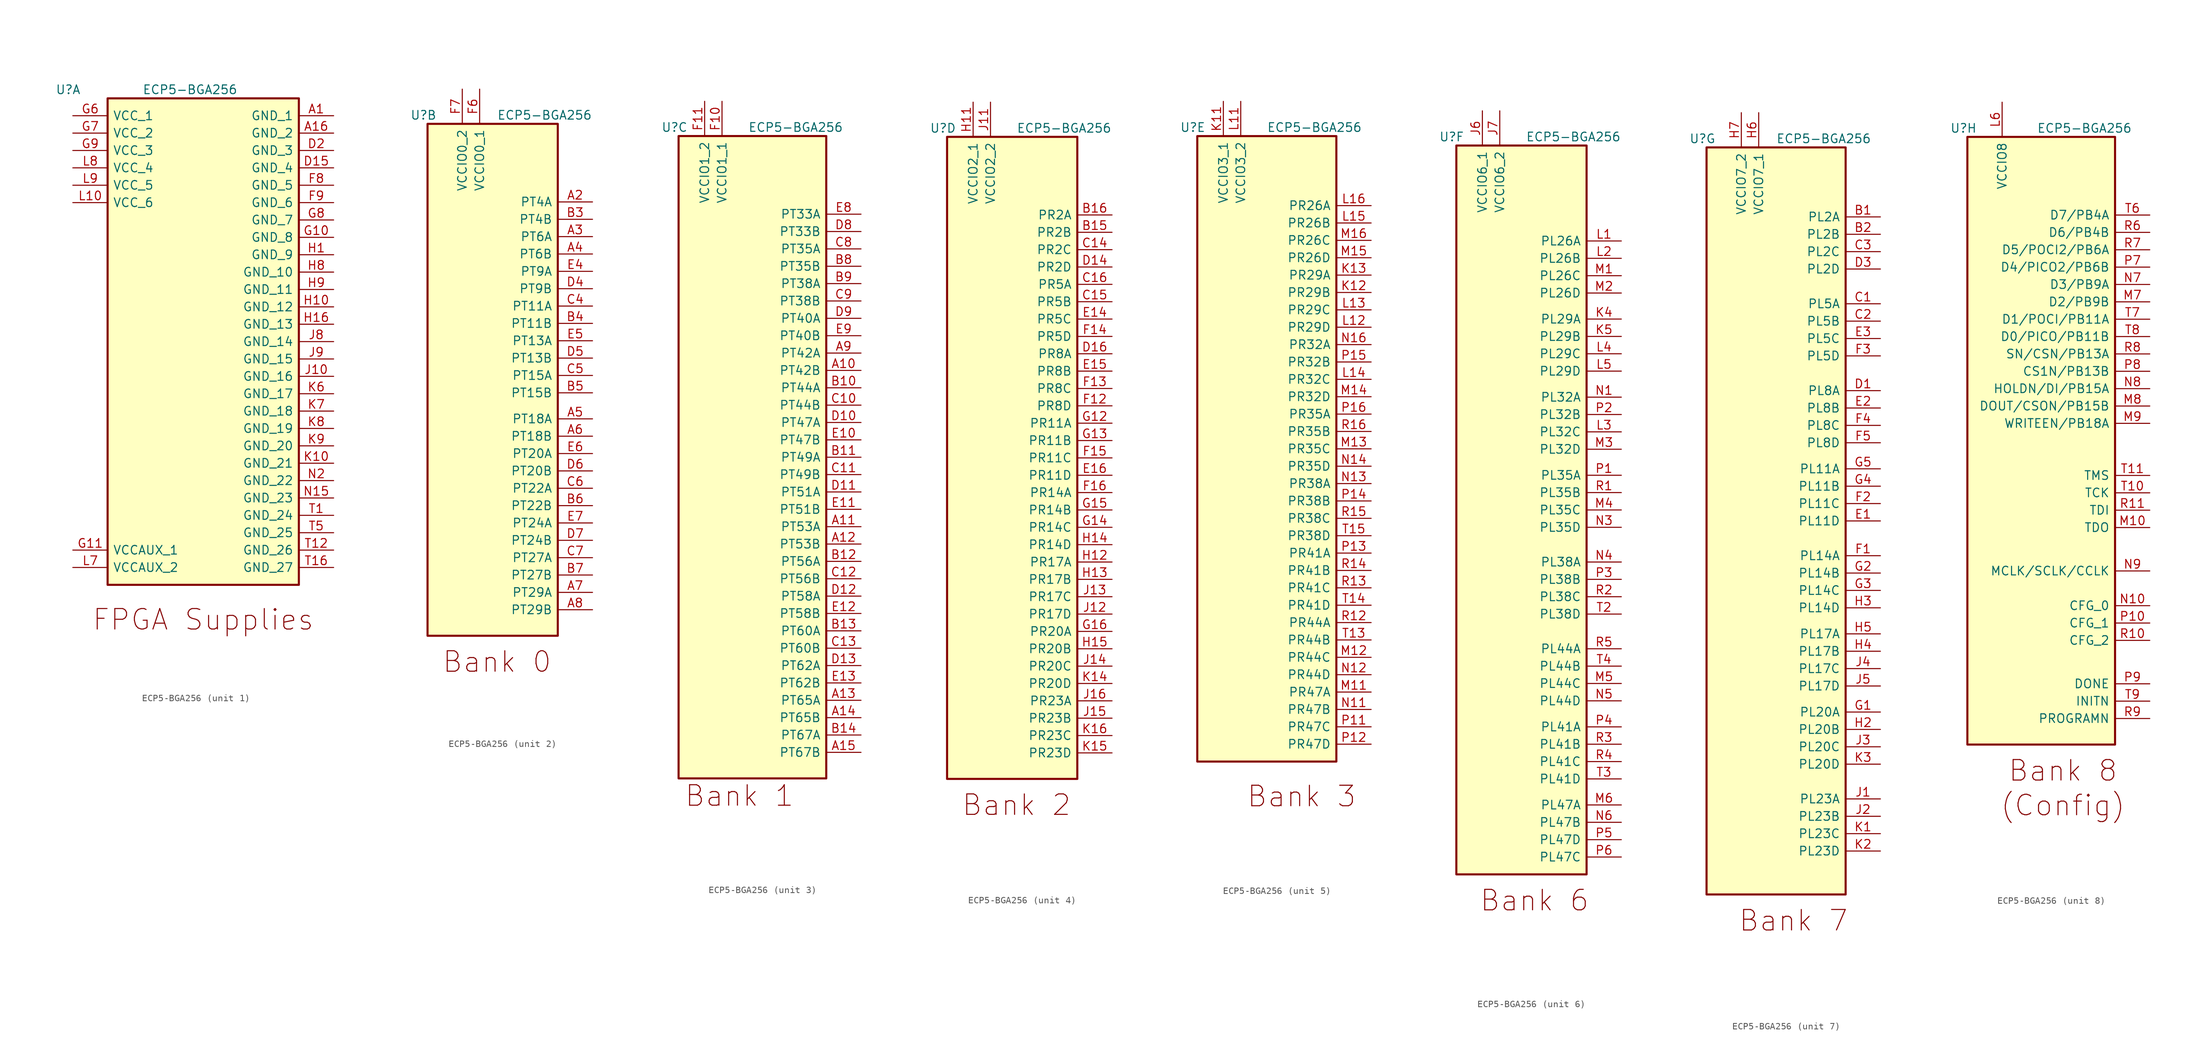
<source format=kicad_sym>
(kicad_symbol_lib
  (version 20211014)
  (generator kicad_symbol_editor)
  (symbol "ECP5-BGA256"
    (pin_names
      (offset 0.762))
    (property "Reference" "U"
      (at -2.54 1.27 0)
      (effects (font (size 1.27 1.27)) (justify left)))
    (property "Value" "ECP5-BGA256"
      (at 10.16 1.27 0)
      (effects (font (size 1.27 1.27)) (justify left)))
    (property "ki_locked" ""
      (at 0 0 0)
      (effects (font (size 1.27 1.27))))
    (symbol "ECP5-BGA256_1_0"
      (rectangle (start 5.08 0) (end 33.02 -71.12) (stroke (width 0.305) (type default) (color 0 0 0 0)) (fill (type background))))
    (symbol "ECP5-BGA256_1_1"
      (text "FPGA Supplies" (at 19.05 -76.2 0) (effects (font (size 2.997 2.997))))
      (pin power_in line (at 38.1 -2.54 180) (length 5.08) (name "GND_1" (effects (font (size 1.27 1.27)))) (number "A1" (effects (font (size 1.27 1.27)))))
      (pin power_in line (at 38.1 -5.08 180) (length 5.08) (name "GND_2" (effects (font (size 1.27 1.27)))) (number "A16" (effects (font (size 1.27 1.27)))))
      (pin power_in line (at 38.1 -10.16 180) (length 5.08) (name "GND_4" (effects (font (size 1.27 1.27)))) (number "D15" (effects (font (size 1.27 1.27)))))
      (pin power_in line (at 38.1 -7.62 180) (length 5.08) (name "GND_3" (effects (font (size 1.27 1.27)))) (number "D2" (effects (font (size 1.27 1.27)))))
      (pin power_in line (at 38.1 -12.7 180) (length 5.08) (name "GND_5" (effects (font (size 1.27 1.27)))) (number "F8" (effects (font (size 1.27 1.27)))))
      (pin power_in line (at 38.1 -15.24 180) (length 5.08) (name "GND_6" (effects (font (size 1.27 1.27)))) (number "F9" (effects (font (size 1.27 1.27)))))
      (pin power_in line (at 38.1 -20.32 180) (length 5.08) (name "GND_8" (effects (font (size 1.27 1.27)))) (number "G10" (effects (font (size 1.27 1.27)))))
      (pin power_in line (at 0 -66.04 0) (length 5.08) (name "VCCAUX_1" (effects (font (size 1.27 1.27)))) (number "G11" (effects (font (size 1.27 1.27)))))
      (pin power_in line (at 0 -2.54 0) (length 5.08) (name "VCC_1" (effects (font (size 1.27 1.27)))) (number "G6" (effects (font (size 1.27 1.27)))))
      (pin power_in line (at 0 -5.08 0) (length 5.08) (name "VCC_2" (effects (font (size 1.27 1.27)))) (number "G7" (effects (font (size 1.27 1.27)))))
      (pin power_in line (at 38.1 -17.78 180) (length 5.08) (name "GND_7" (effects (font (size 1.27 1.27)))) (number "G8" (effects (font (size 1.27 1.27)))))
      (pin power_in line (at 0 -7.62 0) (length 5.08) (name "VCC_3" (effects (font (size 1.27 1.27)))) (number "G9" (effects (font (size 1.27 1.27)))))
      (pin power_in line (at 38.1 -22.86 180) (length 5.08) (name "GND_9" (effects (font (size 1.27 1.27)))) (number "H1" (effects (font (size 1.27 1.27)))))
      (pin power_in line (at 38.1 -30.48 180) (length 5.08) (name "GND_12" (effects (font (size 1.27 1.27)))) (number "H10" (effects (font (size 1.27 1.27)))))
      (pin power_in line (at 38.1 -33.02 180) (length 5.08) (name "GND_13" (effects (font (size 1.27 1.27)))) (number "H16" (effects (font (size 1.27 1.27)))))
      (pin power_in line (at 38.1 -25.4 180) (length 5.08) (name "GND_10" (effects (font (size 1.27 1.27)))) (number "H8" (effects (font (size 1.27 1.27)))))
      (pin power_in line (at 38.1 -27.94 180) (length 5.08) (name "GND_11" (effects (font (size 1.27 1.27)))) (number "H9" (effects (font (size 1.27 1.27)))))
      (pin power_in line (at 38.1 -40.64 180) (length 5.08) (name "GND_16" (effects (font (size 1.27 1.27)))) (number "J10" (effects (font (size 1.27 1.27)))))
      (pin power_in line (at 38.1 -35.56 180) (length 5.08) (name "GND_14" (effects (font (size 1.27 1.27)))) (number "J8" (effects (font (size 1.27 1.27)))))
      (pin power_in line (at 38.1 -38.1 180) (length 5.08) (name "GND_15" (effects (font (size 1.27 1.27)))) (number "J9" (effects (font (size 1.27 1.27)))))
      (pin power_in line (at 38.1 -53.34 180) (length 5.08) (name "GND_21" (effects (font (size 1.27 1.27)))) (number "K10" (effects (font (size 1.27 1.27)))))
      (pin power_in line (at 38.1 -43.18 180) (length 5.08) (name "GND_17" (effects (font (size 1.27 1.27)))) (number "K6" (effects (font (size 1.27 1.27)))))
      (pin power_in line (at 38.1 -45.72 180) (length 5.08) (name "GND_18" (effects (font (size 1.27 1.27)))) (number "K7" (effects (font (size 1.27 1.27)))))
      (pin power_in line (at 38.1 -48.26 180) (length 5.08) (name "GND_19" (effects (font (size 1.27 1.27)))) (number "K8" (effects (font (size 1.27 1.27)))))
      (pin power_in line (at 38.1 -50.8 180) (length 5.08) (name "GND_20" (effects (font (size 1.27 1.27)))) (number "K9" (effects (font (size 1.27 1.27)))))
      (pin power_in line (at 0 -15.24 0) (length 5.08) (name "VCC_6" (effects (font (size 1.27 1.27)))) (number "L10" (effects (font (size 1.27 1.27)))))
      (pin power_in line (at 0 -68.58 0) (length 5.08) (name "VCCAUX_2" (effects (font (size 1.27 1.27)))) (number "L7" (effects (font (size 1.27 1.27)))))
      (pin power_in line (at 0 -10.16 0) (length 5.08) (name "VCC_4" (effects (font (size 1.27 1.27)))) (number "L8" (effects (font (size 1.27 1.27)))))
      (pin power_in line (at 0 -12.7 0) (length 5.08) (name "VCC_5" (effects (font (size 1.27 1.27)))) (number "L9" (effects (font (size 1.27 1.27)))))
      (pin power_in line (at 38.1 -58.42 180) (length 5.08) (name "GND_23" (effects (font (size 1.27 1.27)))) (number "N15" (effects (font (size 1.27 1.27)))))
      (pin power_in line (at 38.1 -55.88 180) (length 5.08) (name "GND_22" (effects (font (size 1.27 1.27)))) (number "N2" (effects (font (size 1.27 1.27)))))
      (pin power_in line (at 38.1 -60.96 180) (length 5.08) (name "GND_24" (effects (font (size 1.27 1.27)))) (number "T1" (effects (font (size 1.27 1.27)))))
      (pin power_in line (at 38.1 -66.04 180) (length 5.08) (name "GND_26" (effects (font (size 1.27 1.27)))) (number "T12" (effects (font (size 1.27 1.27)))))
      (pin power_in line (at 38.1 -68.58 180) (length 5.08) (name "GND_27" (effects (font (size 1.27 1.27)))) (number "T16" (effects (font (size 1.27 1.27)))))
      (pin power_in line (at 38.1 -63.5 180) (length 5.08) (name "GND_25" (effects (font (size 1.27 1.27)))) (number "T5" (effects (font (size 1.27 1.27))))))
    (symbol "ECP5-BGA256_2_1"
      (rectangle (start 0 0) (end 19.05 -74.93) (stroke (width 0.305) (type default) (color 0 0 0 0)) (fill (type background)))
      (text "Bank 0" (at 10.16 -78.74 0) (effects (font (size 2.997 2.997))))
      (pin bidirectional line (at 24.13 -11.43 180) (length 5.08) (name "PT4A" (effects (font (size 1.27 1.27)))) (number "A2" (effects (font (size 1.27 1.27)))))
      (pin bidirectional line (at 24.13 -16.51 180) (length 5.08) (name "PT6A" (effects (font (size 1.27 1.27)))) (number "A3" (effects (font (size 1.27 1.27)))))
      (pin bidirectional line (at 24.13 -19.05 180) (length 5.08) (name "PT6B" (effects (font (size 1.27 1.27)))) (number "A4" (effects (font (size 1.27 1.27)))))
      (pin bidirectional line (at 24.13 -43.18 180) (length 5.08) (name "PT18A" (effects (font (size 1.27 1.27)))) (number "A5" (effects (font (size 1.27 1.27)))))
      (pin bidirectional line (at 24.13 -45.72 180) (length 5.08) (name "PT18B" (effects (font (size 1.27 1.27)))) (number "A6" (effects (font (size 1.27 1.27)))))
      (pin bidirectional line (at 24.13 -68.58 180) (length 5.08) (name "PT29A" (effects (font (size 1.27 1.27)))) (number "A7" (effects (font (size 1.27 1.27)))))
      (pin bidirectional line (at 24.13 -71.12 180) (length 5.08) (name "PT29B" (effects (font (size 1.27 1.27)))) (number "A8" (effects (font (size 1.27 1.27)))))
      (pin bidirectional line (at 24.13 -13.97 180) (length 5.08) (name "PT4B" (effects (font (size 1.27 1.27)))) (number "B3" (effects (font (size 1.27 1.27)))))
      (pin bidirectional line (at 24.13 -29.21 180) (length 5.08) (name "PT11B" (effects (font (size 1.27 1.27)))) (number "B4" (effects (font (size 1.27 1.27)))))
      (pin bidirectional line (at 24.13 -39.37 180) (length 5.08) (name "PT15B" (effects (font (size 1.27 1.27)))) (number "B5" (effects (font (size 1.27 1.27)))))
      (pin bidirectional line (at 24.13 -55.88 180) (length 5.08) (name "PT22B" (effects (font (size 1.27 1.27)))) (number "B6" (effects (font (size 1.27 1.27)))))
      (pin bidirectional line (at 24.13 -66.04 180) (length 5.08) (name "PT27B" (effects (font (size 1.27 1.27)))) (number "B7" (effects (font (size 1.27 1.27)))))
      (pin bidirectional line (at 24.13 -26.67 180) (length 5.08) (name "PT11A" (effects (font (size 1.27 1.27)))) (number "C4" (effects (font (size 1.27 1.27)))))
      (pin bidirectional line (at 24.13 -36.83 180) (length 5.08) (name "PT15A" (effects (font (size 1.27 1.27)))) (number "C5" (effects (font (size 1.27 1.27)))))
      (pin bidirectional line (at 24.13 -53.34 180) (length 5.08) (name "PT22A" (effects (font (size 1.27 1.27)))) (number "C6" (effects (font (size 1.27 1.27)))))
      (pin bidirectional line (at 24.13 -63.5 180) (length 5.08) (name "PT27A" (effects (font (size 1.27 1.27)))) (number "C7" (effects (font (size 1.27 1.27)))))
      (pin bidirectional line (at 24.13 -24.13 180) (length 5.08) (name "PT9B" (effects (font (size 1.27 1.27)))) (number "D4" (effects (font (size 1.27 1.27)))))
      (pin bidirectional line (at 24.13 -34.29 180) (length 5.08) (name "PT13B" (effects (font (size 1.27 1.27)))) (number "D5" (effects (font (size 1.27 1.27)))))
      (pin bidirectional line (at 24.13 -50.8 180) (length 5.08) (name "PT20B" (effects (font (size 1.27 1.27)))) (number "D6" (effects (font (size 1.27 1.27)))))
      (pin bidirectional line (at 24.13 -60.96 180) (length 5.08) (name "PT24B" (effects (font (size 1.27 1.27)))) (number "D7" (effects (font (size 1.27 1.27)))))
      (pin bidirectional line (at 24.13 -21.59 180) (length 5.08) (name "PT9A" (effects (font (size 1.27 1.27)))) (number "E4" (effects (font (size 1.27 1.27)))))
      (pin bidirectional line (at 24.13 -31.75 180) (length 5.08) (name "PT13A" (effects (font (size 1.27 1.27)))) (number "E5" (effects (font (size 1.27 1.27)))))
      (pin bidirectional line (at 24.13 -48.26 180) (length 5.08) (name "PT20A" (effects (font (size 1.27 1.27)))) (number "E6" (effects (font (size 1.27 1.27)))))
      (pin bidirectional line (at 24.13 -58.42 180) (length 5.08) (name "PT24A" (effects (font (size 1.27 1.27)))) (number "E7" (effects (font (size 1.27 1.27)))))
      (pin power_in line (at 7.62 5.08 270) (length 5.08) (name "VCCIO0_1" (effects (font (size 1.27 1.27)))) (number "F6" (effects (font (size 1.27 1.27)))))
      (pin power_in line (at 5.08 5.08 270) (length 5.08) (name "VCCIO0_2" (effects (font (size 1.27 1.27)))) (number "F7" (effects (font (size 1.27 1.27))))))
    (symbol "ECP5-BGA256_3_0"
      (rectangle (start 0 0) (end 21.59 -93.98) (stroke (width 0.305) (type default) (color 0 0 0 0)) (fill (type background))))
    (symbol "ECP5-BGA256_3_1"
      (text "Bank 1" (at 8.89 -96.52 0) (effects (font (size 2.997 2.997))))
      (pin bidirectional line (at 26.67 -34.29 180) (length 5.08) (name "PT42B" (effects (font (size 1.27 1.27)))) (number "A10" (effects (font (size 1.27 1.27)))))
      (pin bidirectional line (at 26.67 -57.15 180) (length 5.08) (name "PT53A" (effects (font (size 1.27 1.27)))) (number "A11" (effects (font (size 1.27 1.27)))))
      (pin bidirectional line (at 26.67 -59.69 180) (length 5.08) (name "PT53B" (effects (font (size 1.27 1.27)))) (number "A12" (effects (font (size 1.27 1.27)))))
      (pin bidirectional line (at 26.67 -82.55 180) (length 5.08) (name "PT65A" (effects (font (size 1.27 1.27)))) (number "A13" (effects (font (size 1.27 1.27)))))
      (pin bidirectional line (at 26.67 -85.09 180) (length 5.08) (name "PT65B" (effects (font (size 1.27 1.27)))) (number "A14" (effects (font (size 1.27 1.27)))))
      (pin bidirectional line (at 26.67 -90.17 180) (length 5.08) (name "PT67B" (effects (font (size 1.27 1.27)))) (number "A15" (effects (font (size 1.27 1.27)))))
      (pin bidirectional line (at 26.67 -31.75 180) (length 5.08) (name "PT42A" (effects (font (size 1.27 1.27)))) (number "A9" (effects (font (size 1.27 1.27)))))
      (pin bidirectional line (at 26.67 -36.83 180) (length 5.08) (name "PT44A" (effects (font (size 1.27 1.27)))) (number "B10" (effects (font (size 1.27 1.27)))))
      (pin bidirectional line (at 26.67 -46.99 180) (length 5.08) (name "PT49A" (effects (font (size 1.27 1.27)))) (number "B11" (effects (font (size 1.27 1.27)))))
      (pin bidirectional line (at 26.67 -62.23 180) (length 5.08) (name "PT56A" (effects (font (size 1.27 1.27)))) (number "B12" (effects (font (size 1.27 1.27)))))
      (pin bidirectional line (at 26.67 -72.39 180) (length 5.08) (name "PT60A" (effects (font (size 1.27 1.27)))) (number "B13" (effects (font (size 1.27 1.27)))))
      (pin bidirectional line (at 26.67 -87.63 180) (length 5.08) (name "PT67A" (effects (font (size 1.27 1.27)))) (number "B14" (effects (font (size 1.27 1.27)))))
      (pin bidirectional line (at 26.67 -19.05 180) (length 5.08) (name "PT35B" (effects (font (size 1.27 1.27)))) (number "B8" (effects (font (size 1.27 1.27)))))
      (pin bidirectional line (at 26.67 -21.59 180) (length 5.08) (name "PT38A" (effects (font (size 1.27 1.27)))) (number "B9" (effects (font (size 1.27 1.27)))))
      (pin bidirectional line (at 26.67 -39.37 180) (length 5.08) (name "PT44B" (effects (font (size 1.27 1.27)))) (number "C10" (effects (font (size 1.27 1.27)))))
      (pin bidirectional line (at 26.67 -49.53 180) (length 5.08) (name "PT49B" (effects (font (size 1.27 1.27)))) (number "C11" (effects (font (size 1.27 1.27)))))
      (pin bidirectional line (at 26.67 -64.77 180) (length 5.08) (name "PT56B" (effects (font (size 1.27 1.27)))) (number "C12" (effects (font (size 1.27 1.27)))))
      (pin bidirectional line (at 26.67 -74.93 180) (length 5.08) (name "PT60B" (effects (font (size 1.27 1.27)))) (number "C13" (effects (font (size 1.27 1.27)))))
      (pin bidirectional line (at 26.67 -16.51 180) (length 5.08) (name "PT35A" (effects (font (size 1.27 1.27)))) (number "C8" (effects (font (size 1.27 1.27)))))
      (pin bidirectional line (at 26.67 -24.13 180) (length 5.08) (name "PT38B" (effects (font (size 1.27 1.27)))) (number "C9" (effects (font (size 1.27 1.27)))))
      (pin bidirectional line (at 26.67 -41.91 180) (length 5.08) (name "PT47A" (effects (font (size 1.27 1.27)))) (number "D10" (effects (font (size 1.27 1.27)))))
      (pin bidirectional line (at 26.67 -52.07 180) (length 5.08) (name "PT51A" (effects (font (size 1.27 1.27)))) (number "D11" (effects (font (size 1.27 1.27)))))
      (pin bidirectional line (at 26.67 -67.31 180) (length 5.08) (name "PT58A" (effects (font (size 1.27 1.27)))) (number "D12" (effects (font (size 1.27 1.27)))))
      (pin bidirectional line (at 26.67 -77.47 180) (length 5.08) (name "PT62A" (effects (font (size 1.27 1.27)))) (number "D13" (effects (font (size 1.27 1.27)))))
      (pin bidirectional line (at 26.67 -13.97 180) (length 5.08) (name "PT33B" (effects (font (size 1.27 1.27)))) (number "D8" (effects (font (size 1.27 1.27)))))
      (pin bidirectional line (at 26.67 -26.67 180) (length 5.08) (name "PT40A" (effects (font (size 1.27 1.27)))) (number "D9" (effects (font (size 1.27 1.27)))))
      (pin bidirectional line (at 26.67 -44.45 180) (length 5.08) (name "PT47B" (effects (font (size 1.27 1.27)))) (number "E10" (effects (font (size 1.27 1.27)))))
      (pin bidirectional line (at 26.67 -54.61 180) (length 5.08) (name "PT51B" (effects (font (size 1.27 1.27)))) (number "E11" (effects (font (size 1.27 1.27)))))
      (pin bidirectional line (at 26.67 -69.85 180) (length 5.08) (name "PT58B" (effects (font (size 1.27 1.27)))) (number "E12" (effects (font (size 1.27 1.27)))))
      (pin bidirectional line (at 26.67 -80.01 180) (length 5.08) (name "PT62B" (effects (font (size 1.27 1.27)))) (number "E13" (effects (font (size 1.27 1.27)))))
      (pin bidirectional line (at 26.67 -11.43 180) (length 5.08) (name "PT33A" (effects (font (size 1.27 1.27)))) (number "E8" (effects (font (size 1.27 1.27)))))
      (pin bidirectional line (at 26.67 -29.21 180) (length 5.08) (name "PT40B" (effects (font (size 1.27 1.27)))) (number "E9" (effects (font (size 1.27 1.27)))))
      (pin power_in line (at 6.35 5.08 270) (length 5.08) (name "VCCIO1_1" (effects (font (size 1.27 1.27)))) (number "F10" (effects (font (size 1.27 1.27)))))
      (pin power_in line (at 3.81 5.08 270) (length 5.08) (name "VCCIO1_2" (effects (font (size 1.27 1.27)))) (number "F11" (effects (font (size 1.27 1.27))))))
    (symbol "ECP5-BGA256_4_1"
      (rectangle (start 0 0) (end 19.05 -93.98) (stroke (width 0.305) (type default) (color 0 0 0 0)) (fill (type background)))
      (text "Bank 2" (at 10.16 -97.79 0) (effects (font (size 2.997 2.997))))
      (pin bidirectional line (at 24.13 -13.97 180) (length 5.08) (name "PR2B" (effects (font (size 1.27 1.27)))) (number "B15" (effects (font (size 1.27 1.27)))))
      (pin bidirectional line (at 24.13 -11.43 180) (length 5.08) (name "PR2A" (effects (font (size 1.27 1.27)))) (number "B16" (effects (font (size 1.27 1.27)))))
      (pin bidirectional line (at 24.13 -16.51 180) (length 5.08) (name "PR2C" (effects (font (size 1.27 1.27)))) (number "C14" (effects (font (size 1.27 1.27)))))
      (pin bidirectional line (at 24.13 -24.13 180) (length 5.08) (name "PR5B" (effects (font (size 1.27 1.27)))) (number "C15" (effects (font (size 1.27 1.27)))))
      (pin bidirectional line (at 24.13 -21.59 180) (length 5.08) (name "PR5A" (effects (font (size 1.27 1.27)))) (number "C16" (effects (font (size 1.27 1.27)))))
      (pin bidirectional line (at 24.13 -19.05 180) (length 5.08) (name "PR2D" (effects (font (size 1.27 1.27)))) (number "D14" (effects (font (size 1.27 1.27)))))
      (pin bidirectional line (at 24.13 -31.75 180) (length 5.08) (name "PR8A" (effects (font (size 1.27 1.27)))) (number "D16" (effects (font (size 1.27 1.27)))))
      (pin bidirectional line (at 24.13 -26.67 180) (length 5.08) (name "PR5C" (effects (font (size 1.27 1.27)))) (number "E14" (effects (font (size 1.27 1.27)))))
      (pin bidirectional line (at 24.13 -34.29 180) (length 5.08) (name "PR8B" (effects (font (size 1.27 1.27)))) (number "E15" (effects (font (size 1.27 1.27)))))
      (pin bidirectional line (at 24.13 -49.53 180) (length 5.08) (name "PR11D" (effects (font (size 1.27 1.27)))) (number "E16" (effects (font (size 1.27 1.27)))))
      (pin bidirectional line (at 24.13 -39.37 180) (length 5.08) (name "PR8D" (effects (font (size 1.27 1.27)))) (number "F12" (effects (font (size 1.27 1.27)))))
      (pin bidirectional line (at 24.13 -36.83 180) (length 5.08) (name "PR8C" (effects (font (size 1.27 1.27)))) (number "F13" (effects (font (size 1.27 1.27)))))
      (pin bidirectional line (at 24.13 -29.21 180) (length 5.08) (name "PR5D" (effects (font (size 1.27 1.27)))) (number "F14" (effects (font (size 1.27 1.27)))))
      (pin bidirectional line (at 24.13 -46.99 180) (length 5.08) (name "PR11C" (effects (font (size 1.27 1.27)))) (number "F15" (effects (font (size 1.27 1.27)))))
      (pin bidirectional line (at 24.13 -52.07 180) (length 5.08) (name "PR14A" (effects (font (size 1.27 1.27)))) (number "F16" (effects (font (size 1.27 1.27)))))
      (pin bidirectional line (at 24.13 -41.91 180) (length 5.08) (name "PR11A" (effects (font (size 1.27 1.27)))) (number "G12" (effects (font (size 1.27 1.27)))))
      (pin bidirectional line (at 24.13 -44.45 180) (length 5.08) (name "PR11B" (effects (font (size 1.27 1.27)))) (number "G13" (effects (font (size 1.27 1.27)))))
      (pin bidirectional line (at 24.13 -57.15 180) (length 5.08) (name "PR14C" (effects (font (size 1.27 1.27)))) (number "G14" (effects (font (size 1.27 1.27)))))
      (pin bidirectional line (at 24.13 -54.61 180) (length 5.08) (name "PR14B" (effects (font (size 1.27 1.27)))) (number "G15" (effects (font (size 1.27 1.27)))))
      (pin bidirectional line (at 24.13 -72.39 180) (length 5.08) (name "PR20A" (effects (font (size 1.27 1.27)))) (number "G16" (effects (font (size 1.27 1.27)))))
      (pin power_in line (at 3.81 5.08 270) (length 5.08) (name "VCCIO2_1" (effects (font (size 1.27 1.27)))) (number "H11" (effects (font (size 1.27 1.27)))))
      (pin bidirectional line (at 24.13 -62.23 180) (length 5.08) (name "PR17A" (effects (font (size 1.27 1.27)))) (number "H12" (effects (font (size 1.27 1.27)))))
      (pin bidirectional line (at 24.13 -64.77 180) (length 5.08) (name "PR17B" (effects (font (size 1.27 1.27)))) (number "H13" (effects (font (size 1.27 1.27)))))
      (pin bidirectional line (at 24.13 -59.69 180) (length 5.08) (name "PR14D" (effects (font (size 1.27 1.27)))) (number "H14" (effects (font (size 1.27 1.27)))))
      (pin bidirectional line (at 24.13 -74.93 180) (length 5.08) (name "PR20B" (effects (font (size 1.27 1.27)))) (number "H15" (effects (font (size 1.27 1.27)))))
      (pin power_in line (at 6.35 5.08 270) (length 5.08) (name "VCCIO2_2" (effects (font (size 1.27 1.27)))) (number "J11" (effects (font (size 1.27 1.27)))))
      (pin bidirectional line (at 24.13 -69.85 180) (length 5.08) (name "PR17D" (effects (font (size 1.27 1.27)))) (number "J12" (effects (font (size 1.27 1.27)))))
      (pin bidirectional line (at 24.13 -67.31 180) (length 5.08) (name "PR17C" (effects (font (size 1.27 1.27)))) (number "J13" (effects (font (size 1.27 1.27)))))
      (pin bidirectional line (at 24.13 -77.47 180) (length 5.08) (name "PR20C" (effects (font (size 1.27 1.27)))) (number "J14" (effects (font (size 1.27 1.27)))))
      (pin bidirectional line (at 24.13 -85.09 180) (length 5.08) (name "PR23B" (effects (font (size 1.27 1.27)))) (number "J15" (effects (font (size 1.27 1.27)))))
      (pin bidirectional line (at 24.13 -82.55 180) (length 5.08) (name "PR23A" (effects (font (size 1.27 1.27)))) (number "J16" (effects (font (size 1.27 1.27)))))
      (pin bidirectional line (at 24.13 -80.01 180) (length 5.08) (name "PR20D" (effects (font (size 1.27 1.27)))) (number "K14" (effects (font (size 1.27 1.27)))))
      (pin bidirectional line (at 24.13 -90.17 180) (length 5.08) (name "PR23D" (effects (font (size 1.27 1.27)))) (number "K15" (effects (font (size 1.27 1.27)))))
      (pin bidirectional line (at 24.13 -87.63 180) (length 5.08) (name "PR23C" (effects (font (size 1.27 1.27)))) (number "K16" (effects (font (size 1.27 1.27))))))
    (symbol "ECP5-BGA256_5_0"
      (rectangle (start 0 0) (end 20.32 -91.44) (stroke (width 0.305) (type default) (color 0 0 0 0)) (fill (type background))))
    (symbol "ECP5-BGA256_5_1"
      (text "Bank 3" (at 15.24 -96.52 0) (effects (font (size 2.997 2.997))))
      (pin power_in line (at 3.81 5.08 270) (length 5.08) (name "VCCIO3_1" (effects (font (size 1.27 1.27)))) (number "K11" (effects (font (size 1.27 1.27)))))
      (pin bidirectional line (at 25.4 -22.86 180) (length 5.08) (name "PR29B" (effects (font (size 1.27 1.27)))) (number "K12" (effects (font (size 1.27 1.27)))))
      (pin bidirectional line (at 25.4 -20.32 180) (length 5.08) (name "PR29A" (effects (font (size 1.27 1.27)))) (number "K13" (effects (font (size 1.27 1.27)))))
      (pin power_in line (at 6.35 5.08 270) (length 5.08) (name "VCCIO3_2" (effects (font (size 1.27 1.27)))) (number "L11" (effects (font (size 1.27 1.27)))))
      (pin bidirectional line (at 25.4 -27.94 180) (length 5.08) (name "PR29D" (effects (font (size 1.27 1.27)))) (number "L12" (effects (font (size 1.27 1.27)))))
      (pin bidirectional line (at 25.4 -25.4 180) (length 5.08) (name "PR29C" (effects (font (size 1.27 1.27)))) (number "L13" (effects (font (size 1.27 1.27)))))
      (pin bidirectional line (at 25.4 -35.56 180) (length 5.08) (name "PR32C" (effects (font (size 1.27 1.27)))) (number "L14" (effects (font (size 1.27 1.27)))))
      (pin bidirectional line (at 25.4 -12.7 180) (length 5.08) (name "PR26B" (effects (font (size 1.27 1.27)))) (number "L15" (effects (font (size 1.27 1.27)))))
      (pin bidirectional line (at 25.4 -10.16 180) (length 5.08) (name "PR26A" (effects (font (size 1.27 1.27)))) (number "L16" (effects (font (size 1.27 1.27)))))
      (pin bidirectional line (at 25.4 -81.28 180) (length 5.08) (name "PR47A" (effects (font (size 1.27 1.27)))) (number "M11" (effects (font (size 1.27 1.27)))))
      (pin bidirectional line (at 25.4 -76.2 180) (length 5.08) (name "PR44C" (effects (font (size 1.27 1.27)))) (number "M12" (effects (font (size 1.27 1.27)))))
      (pin bidirectional line (at 25.4 -45.72 180) (length 5.08) (name "PR35C" (effects (font (size 1.27 1.27)))) (number "M13" (effects (font (size 1.27 1.27)))))
      (pin bidirectional line (at 25.4 -38.1 180) (length 5.08) (name "PR32D" (effects (font (size 1.27 1.27)))) (number "M14" (effects (font (size 1.27 1.27)))))
      (pin bidirectional line (at 25.4 -17.78 180) (length 5.08) (name "PR26D" (effects (font (size 1.27 1.27)))) (number "M15" (effects (font (size 1.27 1.27)))))
      (pin bidirectional line (at 25.4 -15.24 180) (length 5.08) (name "PR26C" (effects (font (size 1.27 1.27)))) (number "M16" (effects (font (size 1.27 1.27)))))
      (pin bidirectional line (at 25.4 -83.82 180) (length 5.08) (name "PR47B" (effects (font (size 1.27 1.27)))) (number "N11" (effects (font (size 1.27 1.27)))))
      (pin bidirectional line (at 25.4 -78.74 180) (length 5.08) (name "PR44D" (effects (font (size 1.27 1.27)))) (number "N12" (effects (font (size 1.27 1.27)))))
      (pin bidirectional line (at 25.4 -50.8 180) (length 5.08) (name "PR38A" (effects (font (size 1.27 1.27)))) (number "N13" (effects (font (size 1.27 1.27)))))
      (pin bidirectional line (at 25.4 -48.26 180) (length 5.08) (name "PR35D" (effects (font (size 1.27 1.27)))) (number "N14" (effects (font (size 1.27 1.27)))))
      (pin bidirectional line (at 25.4 -30.48 180) (length 5.08) (name "PR32A" (effects (font (size 1.27 1.27)))) (number "N16" (effects (font (size 1.27 1.27)))))
      (pin bidirectional line (at 25.4 -86.36 180) (length 5.08) (name "PR47C" (effects (font (size 1.27 1.27)))) (number "P11" (effects (font (size 1.27 1.27)))))
      (pin bidirectional line (at 25.4 -88.9 180) (length 5.08) (name "PR47D" (effects (font (size 1.27 1.27)))) (number "P12" (effects (font (size 1.27 1.27)))))
      (pin bidirectional line (at 25.4 -60.96 180) (length 5.08) (name "PR41A" (effects (font (size 1.27 1.27)))) (number "P13" (effects (font (size 1.27 1.27)))))
      (pin bidirectional line (at 25.4 -53.34 180) (length 5.08) (name "PR38B" (effects (font (size 1.27 1.27)))) (number "P14" (effects (font (size 1.27 1.27)))))
      (pin bidirectional line (at 25.4 -33.02 180) (length 5.08) (name "PR32B" (effects (font (size 1.27 1.27)))) (number "P15" (effects (font (size 1.27 1.27)))))
      (pin bidirectional line (at 25.4 -40.64 180) (length 5.08) (name "PR35A" (effects (font (size 1.27 1.27)))) (number "P16" (effects (font (size 1.27 1.27)))))
      (pin bidirectional line (at 25.4 -71.12 180) (length 5.08) (name "PR44A" (effects (font (size 1.27 1.27)))) (number "R12" (effects (font (size 1.27 1.27)))))
      (pin bidirectional line (at 25.4 -66.04 180) (length 5.08) (name "PR41C" (effects (font (size 1.27 1.27)))) (number "R13" (effects (font (size 1.27 1.27)))))
      (pin bidirectional line (at 25.4 -63.5 180) (length 5.08) (name "PR41B" (effects (font (size 1.27 1.27)))) (number "R14" (effects (font (size 1.27 1.27)))))
      (pin bidirectional line (at 25.4 -55.88 180) (length 5.08) (name "PR38C" (effects (font (size 1.27 1.27)))) (number "R15" (effects (font (size 1.27 1.27)))))
      (pin bidirectional line (at 25.4 -43.18 180) (length 5.08) (name "PR35B" (effects (font (size 1.27 1.27)))) (number "R16" (effects (font (size 1.27 1.27)))))
      (pin bidirectional line (at 25.4 -73.66 180) (length 5.08) (name "PR44B" (effects (font (size 1.27 1.27)))) (number "T13" (effects (font (size 1.27 1.27)))))
      (pin bidirectional line (at 25.4 -68.58 180) (length 5.08) (name "PR41D" (effects (font (size 1.27 1.27)))) (number "T14" (effects (font (size 1.27 1.27)))))
      (pin bidirectional line (at 25.4 -58.42 180) (length 5.08) (name "PR38D" (effects (font (size 1.27 1.27)))) (number "T15" (effects (font (size 1.27 1.27))))))
    (symbol "ECP5-BGA256_6_1"
      (rectangle (start 0 0) (end 19.05 -106.68) (stroke (width 0.305) (type default) (color 0 0 0 0)) (fill (type background)))
      (text "Bank 6" (at 11.43 -110.49 0) (effects (font (size 2.997 2.997))))
      (pin power_in line (at 3.81 5.08 270) (length 5.08) (name "VCCIO6_1" (effects (font (size 1.27 1.27)))) (number "J6" (effects (font (size 1.27 1.27)))))
      (pin power_in line (at 6.35 5.08 270) (length 5.08) (name "VCCIO6_2" (effects (font (size 1.27 1.27)))) (number "J7" (effects (font (size 1.27 1.27)))))
      (pin bidirectional line (at 24.13 -25.4 180) (length 5.08) (name "PL29A" (effects (font (size 1.27 1.27)))) (number "K4" (effects (font (size 1.27 1.27)))))
      (pin bidirectional line (at 24.13 -27.94 180) (length 5.08) (name "PL29B" (effects (font (size 1.27 1.27)))) (number "K5" (effects (font (size 1.27 1.27)))))
      (pin bidirectional line (at 24.13 -13.97 180) (length 5.08) (name "PL26A" (effects (font (size 1.27 1.27)))) (number "L1" (effects (font (size 1.27 1.27)))))
      (pin bidirectional line (at 24.13 -16.51 180) (length 5.08) (name "PL26B" (effects (font (size 1.27 1.27)))) (number "L2" (effects (font (size 1.27 1.27)))))
      (pin bidirectional line (at 24.13 -41.91 180) (length 5.08) (name "PL32C" (effects (font (size 1.27 1.27)))) (number "L3" (effects (font (size 1.27 1.27)))))
      (pin bidirectional line (at 24.13 -30.48 180) (length 5.08) (name "PL29C" (effects (font (size 1.27 1.27)))) (number "L4" (effects (font (size 1.27 1.27)))))
      (pin bidirectional line (at 24.13 -33.02 180) (length 5.08) (name "PL29D" (effects (font (size 1.27 1.27)))) (number "L5" (effects (font (size 1.27 1.27)))))
      (pin bidirectional line (at 24.13 -19.05 180) (length 5.08) (name "PL26C" (effects (font (size 1.27 1.27)))) (number "M1" (effects (font (size 1.27 1.27)))))
      (pin bidirectional line (at 24.13 -21.59 180) (length 5.08) (name "PL26D" (effects (font (size 1.27 1.27)))) (number "M2" (effects (font (size 1.27 1.27)))))
      (pin bidirectional line (at 24.13 -44.45 180) (length 5.08) (name "PL32D" (effects (font (size 1.27 1.27)))) (number "M3" (effects (font (size 1.27 1.27)))))
      (pin bidirectional line (at 24.13 -53.34 180) (length 5.08) (name "PL35C" (effects (font (size 1.27 1.27)))) (number "M4" (effects (font (size 1.27 1.27)))))
      (pin bidirectional line (at 24.13 -78.74 180) (length 5.08) (name "PL44C" (effects (font (size 1.27 1.27)))) (number "M5" (effects (font (size 1.27 1.27)))))
      (pin bidirectional line (at 24.13 -96.52 180) (length 5.08) (name "PL47A" (effects (font (size 1.27 1.27)))) (number "M6" (effects (font (size 1.27 1.27)))))
      (pin bidirectional line (at 24.13 -36.83 180) (length 5.08) (name "PL32A" (effects (font (size 1.27 1.27)))) (number "N1" (effects (font (size 1.27 1.27)))))
      (pin bidirectional line (at 24.13 -55.88 180) (length 5.08) (name "PL35D" (effects (font (size 1.27 1.27)))) (number "N3" (effects (font (size 1.27 1.27)))))
      (pin bidirectional line (at 24.13 -60.96 180) (length 5.08) (name "PL38A" (effects (font (size 1.27 1.27)))) (number "N4" (effects (font (size 1.27 1.27)))))
      (pin bidirectional line (at 24.13 -81.28 180) (length 5.08) (name "PL44D" (effects (font (size 1.27 1.27)))) (number "N5" (effects (font (size 1.27 1.27)))))
      (pin bidirectional line (at 24.13 -99.06 180) (length 5.08) (name "PL47B" (effects (font (size 1.27 1.27)))) (number "N6" (effects (font (size 1.27 1.27)))))
      (pin bidirectional line (at 24.13 -48.26 180) (length 5.08) (name "PL35A" (effects (font (size 1.27 1.27)))) (number "P1" (effects (font (size 1.27 1.27)))))
      (pin bidirectional line (at 24.13 -39.37 180) (length 5.08) (name "PL32B" (effects (font (size 1.27 1.27)))) (number "P2" (effects (font (size 1.27 1.27)))))
      (pin bidirectional line (at 24.13 -63.5 180) (length 5.08) (name "PL38B" (effects (font (size 1.27 1.27)))) (number "P3" (effects (font (size 1.27 1.27)))))
      (pin bidirectional line (at 24.13 -85.09 180) (length 5.08) (name "PL41A" (effects (font (size 1.27 1.27)))) (number "P4" (effects (font (size 1.27 1.27)))))
      (pin bidirectional line (at 24.13 -101.6 180) (length 5.08) (name "PL47D" (effects (font (size 1.27 1.27)))) (number "P5" (effects (font (size 1.27 1.27)))))
      (pin bidirectional line (at 24.13 -104.14 180) (length 5.08) (name "PL47C" (effects (font (size 1.27 1.27)))) (number "P6" (effects (font (size 1.27 1.27)))))
      (pin bidirectional line (at 24.13 -50.8 180) (length 5.08) (name "PL35B" (effects (font (size 1.27 1.27)))) (number "R1" (effects (font (size 1.27 1.27)))))
      (pin bidirectional line (at 24.13 -66.04 180) (length 5.08) (name "PL38C" (effects (font (size 1.27 1.27)))) (number "R2" (effects (font (size 1.27 1.27)))))
      (pin bidirectional line (at 24.13 -87.63 180) (length 5.08) (name "PL41B" (effects (font (size 1.27 1.27)))) (number "R3" (effects (font (size 1.27 1.27)))))
      (pin bidirectional line (at 24.13 -90.17 180) (length 5.08) (name "PL41C" (effects (font (size 1.27 1.27)))) (number "R4" (effects (font (size 1.27 1.27)))))
      (pin bidirectional line (at 24.13 -73.66 180) (length 5.08) (name "PL44A" (effects (font (size 1.27 1.27)))) (number "R5" (effects (font (size 1.27 1.27)))))
      (pin bidirectional line (at 24.13 -68.58 180) (length 5.08) (name "PL38D" (effects (font (size 1.27 1.27)))) (number "T2" (effects (font (size 1.27 1.27)))))
      (pin bidirectional line (at 24.13 -92.71 180) (length 5.08) (name "PL41D" (effects (font (size 1.27 1.27)))) (number "T3" (effects (font (size 1.27 1.27)))))
      (pin bidirectional line (at 24.13 -76.2 180) (length 5.08) (name "PL44B" (effects (font (size 1.27 1.27)))) (number "T4" (effects (font (size 1.27 1.27))))))
    (symbol "ECP5-BGA256_7_1"
      (rectangle (start 0 0) (end 20.32 -109.22) (stroke (width 0.305) (type default) (color 0 0 0 0)) (fill (type background)))
      (text "Bank 7" (at 12.7 -113.03 0) (effects (font (size 2.997 2.997))))
      (pin bidirectional line (at 25.4 -10.16 180) (length 5.08) (name "PL2A" (effects (font (size 1.27 1.27)))) (number "B1" (effects (font (size 1.27 1.27)))))
      (pin bidirectional line (at 25.4 -12.7 180) (length 5.08) (name "PL2B" (effects (font (size 1.27 1.27)))) (number "B2" (effects (font (size 1.27 1.27)))))
      (pin bidirectional line (at 25.4 -22.86 180) (length 5.08) (name "PL5A" (effects (font (size 1.27 1.27)))) (number "C1" (effects (font (size 1.27 1.27)))))
      (pin bidirectional line (at 25.4 -25.4 180) (length 5.08) (name "PL5B" (effects (font (size 1.27 1.27)))) (number "C2" (effects (font (size 1.27 1.27)))))
      (pin bidirectional line (at 25.4 -15.24 180) (length 5.08) (name "PL2C" (effects (font (size 1.27 1.27)))) (number "C3" (effects (font (size 1.27 1.27)))))
      (pin bidirectional line (at 25.4 -35.56 180) (length 5.08) (name "PL8A" (effects (font (size 1.27 1.27)))) (number "D1" (effects (font (size 1.27 1.27)))))
      (pin bidirectional line (at 25.4 -17.78 180) (length 5.08) (name "PL2D" (effects (font (size 1.27 1.27)))) (number "D3" (effects (font (size 1.27 1.27)))))
      (pin bidirectional line (at 25.4 -54.61 180) (length 5.08) (name "PL11D" (effects (font (size 1.27 1.27)))) (number "E1" (effects (font (size 1.27 1.27)))))
      (pin bidirectional line (at 25.4 -38.1 180) (length 5.08) (name "PL8B" (effects (font (size 1.27 1.27)))) (number "E2" (effects (font (size 1.27 1.27)))))
      (pin bidirectional line (at 25.4 -27.94 180) (length 5.08) (name "PL5C" (effects (font (size 1.27 1.27)))) (number "E3" (effects (font (size 1.27 1.27)))))
      (pin bidirectional line (at 25.4 -59.69 180) (length 5.08) (name "PL14A" (effects (font (size 1.27 1.27)))) (number "F1" (effects (font (size 1.27 1.27)))))
      (pin bidirectional line (at 25.4 -52.07 180) (length 5.08) (name "PL11C" (effects (font (size 1.27 1.27)))) (number "F2" (effects (font (size 1.27 1.27)))))
      (pin bidirectional line (at 25.4 -30.48 180) (length 5.08) (name "PL5D" (effects (font (size 1.27 1.27)))) (number "F3" (effects (font (size 1.27 1.27)))))
      (pin bidirectional line (at 25.4 -40.64 180) (length 5.08) (name "PL8C" (effects (font (size 1.27 1.27)))) (number "F4" (effects (font (size 1.27 1.27)))))
      (pin bidirectional line (at 25.4 -43.18 180) (length 5.08) (name "PL8D" (effects (font (size 1.27 1.27)))) (number "F5" (effects (font (size 1.27 1.27)))))
      (pin bidirectional line (at 25.4 -82.55 180) (length 5.08) (name "PL20A" (effects (font (size 1.27 1.27)))) (number "G1" (effects (font (size 1.27 1.27)))))
      (pin bidirectional line (at 25.4 -62.23 180) (length 5.08) (name "PL14B" (effects (font (size 1.27 1.27)))) (number "G2" (effects (font (size 1.27 1.27)))))
      (pin bidirectional line (at 25.4 -64.77 180) (length 5.08) (name "PL14C" (effects (font (size 1.27 1.27)))) (number "G3" (effects (font (size 1.27 1.27)))))
      (pin bidirectional line (at 25.4 -49.53 180) (length 5.08) (name "PL11B" (effects (font (size 1.27 1.27)))) (number "G4" (effects (font (size 1.27 1.27)))))
      (pin bidirectional line (at 25.4 -46.99 180) (length 5.08) (name "PL11A" (effects (font (size 1.27 1.27)))) (number "G5" (effects (font (size 1.27 1.27)))))
      (pin bidirectional line (at 25.4 -85.09 180) (length 5.08) (name "PL20B" (effects (font (size 1.27 1.27)))) (number "H2" (effects (font (size 1.27 1.27)))))
      (pin bidirectional line (at 25.4 -67.31 180) (length 5.08) (name "PL14D" (effects (font (size 1.27 1.27)))) (number "H3" (effects (font (size 1.27 1.27)))))
      (pin bidirectional line (at 25.4 -73.66 180) (length 5.08) (name "PL17B" (effects (font (size 1.27 1.27)))) (number "H4" (effects (font (size 1.27 1.27)))))
      (pin bidirectional line (at 25.4 -71.12 180) (length 5.08) (name "PL17A" (effects (font (size 1.27 1.27)))) (number "H5" (effects (font (size 1.27 1.27)))))
      (pin power_in line (at 7.62 5.08 270) (length 5.08) (name "VCCIO7_1" (effects (font (size 1.27 1.27)))) (number "H6" (effects (font (size 1.27 1.27)))))
      (pin power_in line (at 5.08 5.08 270) (length 5.08) (name "VCCIO7_2" (effects (font (size 1.27 1.27)))) (number "H7" (effects (font (size 1.27 1.27)))))
      (pin bidirectional line (at 25.4 -95.25 180) (length 5.08) (name "PL23A" (effects (font (size 1.27 1.27)))) (number "J1" (effects (font (size 1.27 1.27)))))
      (pin bidirectional line (at 25.4 -97.79 180) (length 5.08) (name "PL23B" (effects (font (size 1.27 1.27)))) (number "J2" (effects (font (size 1.27 1.27)))))
      (pin bidirectional line (at 25.4 -87.63 180) (length 5.08) (name "PL20C" (effects (font (size 1.27 1.27)))) (number "J3" (effects (font (size 1.27 1.27)))))
      (pin bidirectional line (at 25.4 -76.2 180) (length 5.08) (name "PL17C" (effects (font (size 1.27 1.27)))) (number "J4" (effects (font (size 1.27 1.27)))))
      (pin bidirectional line (at 25.4 -78.74 180) (length 5.08) (name "PL17D" (effects (font (size 1.27 1.27)))) (number "J5" (effects (font (size 1.27 1.27)))))
      (pin bidirectional line (at 25.4 -100.33 180) (length 5.08) (name "PL23C" (effects (font (size 1.27 1.27)))) (number "K1" (effects (font (size 1.27 1.27)))))
      (pin bidirectional line (at 25.4 -102.87 180) (length 5.08) (name "PL23D" (effects (font (size 1.27 1.27)))) (number "K2" (effects (font (size 1.27 1.27)))))
      (pin bidirectional line (at 25.4 -90.17 180) (length 5.08) (name "PL20D" (effects (font (size 1.27 1.27)))) (number "K3" (effects (font (size 1.27 1.27))))))
    (symbol "ECP5-BGA256_8_0"
      (text "(Config)" (at 13.97 -97.79 0) (effects (font (size 2.997 2.997))))
      (text "Bank 8" (at 13.97 -92.71 0) (effects (font (size 2.997 2.997)))))
    (symbol "ECP5-BGA256_8_1"
      (rectangle (start 0 0) (end 21.59 -88.9) (stroke (width 0.305) (type default) (color 0 0 0 0)) (fill (type background)))
      (pin power_in line (at 5.08 5.08 270) (length 5.08) (name "VCCIO8" (effects (font (size 1.27 1.27)))) (number "L6" (effects (font (size 1.27 1.27)))))
      (pin output line (at 26.67 -57.15 180) (length 5.08) (name "TDO" (effects (font (size 1.27 1.27)))) (number "M10" (effects (font (size 1.27 1.27)))))
      (pin bidirectional line (at 26.67 -24.13 180) (length 5.08) (name "D2/PB9B" (effects (font (size 1.27 1.27)))) (number "M7" (effects (font (size 1.27 1.27)))))
      (pin bidirectional line (at 26.67 -39.37 180) (length 5.08) (name "DOUT/CSON/PB15B" (effects (font (size 1.27 1.27)))) (number "M8" (effects (font (size 1.27 1.27)))))
      (pin bidirectional line (at 26.67 -41.91 180) (length 5.08) (name "WRITEEN/PB18A" (effects (font (size 1.27 1.27)))) (number "M9" (effects (font (size 1.27 1.27)))))
      (pin input line (at 26.67 -68.58 180) (length 5.08) (name "CFG_0" (effects (font (size 1.27 1.27)))) (number "N10" (effects (font (size 1.27 1.27)))))
      (pin bidirectional line (at 26.67 -21.59 180) (length 5.08) (name "D3/PB9A" (effects (font (size 1.27 1.27)))) (number "N7" (effects (font (size 1.27 1.27)))))
      (pin bidirectional line (at 26.67 -36.83 180) (length 5.08) (name "HOLDN/DI/PB15A" (effects (font (size 1.27 1.27)))) (number "N8" (effects (font (size 1.27 1.27)))))
      (pin bidirectional line (at 26.67 -63.5 180) (length 5.08) (name "MCLK/SCLK/CCLK" (effects (font (size 1.27 1.27)))) (number "N9" (effects (font (size 1.27 1.27)))))
      (pin input line (at 26.67 -71.12 180) (length 5.08) (name "CFG_1" (effects (font (size 1.27 1.27)))) (number "P10" (effects (font (size 1.27 1.27)))))
      (pin bidirectional line (at 26.67 -19.05 180) (length 5.08) (name "D4/PICO2/PB6B" (effects (font (size 1.27 1.27)))) (number "P7" (effects (font (size 1.27 1.27)))))
      (pin bidirectional line (at 26.67 -34.29 180) (length 5.08) (name "CS1N/PB13B" (effects (font (size 1.27 1.27)))) (number "P8" (effects (font (size 1.27 1.27)))))
      (pin bidirectional line (at 26.67 -80.01 180) (length 5.08) (name "DONE" (effects (font (size 1.27 1.27)))) (number "P9" (effects (font (size 1.27 1.27)))))
      (pin input line (at 26.67 -73.66 180) (length 5.08) (name "CFG_2" (effects (font (size 1.27 1.27)))) (number "R10" (effects (font (size 1.27 1.27)))))
      (pin input line (at 26.67 -54.61 180) (length 5.08) (name "TDI" (effects (font (size 1.27 1.27)))) (number "R11" (effects (font (size 1.27 1.27)))))
      (pin bidirectional line (at 26.67 -13.97 180) (length 5.08) (name "D6/PB4B" (effects (font (size 1.27 1.27)))) (number "R6" (effects (font (size 1.27 1.27)))))
      (pin bidirectional line (at 26.67 -16.51 180) (length 5.08) (name "D5/POCI2/PB6A" (effects (font (size 1.27 1.27)))) (number "R7" (effects (font (size 1.27 1.27)))))
      (pin bidirectional line (at 26.67 -31.75 180) (length 5.08) (name "SN/CSN/PB13A" (effects (font (size 1.27 1.27)))) (number "R8" (effects (font (size 1.27 1.27)))))
      (pin bidirectional line (at 26.67 -85.09 180) (length 5.08) (name "PROGRAMN" (effects (font (size 1.27 1.27)))) (number "R9" (effects (font (size 1.27 1.27)))))
      (pin input line (at 26.67 -52.07 180) (length 5.08) (name "TCK" (effects (font (size 1.27 1.27)))) (number "T10" (effects (font (size 1.27 1.27)))))
      (pin input line (at 26.67 -49.53 180) (length 5.08) (name "TMS" (effects (font (size 1.27 1.27)))) (number "T11" (effects (font (size 1.27 1.27)))))
      (pin bidirectional line (at 26.67 -11.43 180) (length 5.08) (name "D7/PB4A" (effects (font (size 1.27 1.27)))) (number "T6" (effects (font (size 1.27 1.27)))))
      (pin bidirectional line (at 26.67 -26.67 180) (length 5.08) (name "D1/POCI/PB11A" (effects (font (size 1.27 1.27)))) (number "T7" (effects (font (size 1.27 1.27)))))
      (pin bidirectional line (at 26.67 -29.21 180) (length 5.08) (name "D0/PICO/PB11B" (effects (font (size 1.27 1.27)))) (number "T8" (effects (font (size 1.27 1.27)))))
      (pin bidirectional line (at 26.67 -82.55 180) (length 5.08) (name "INITN" (effects (font (size 1.27 1.27)))) (number "T9" (effects (font (size 1.27 1.27))))))))
</source>
